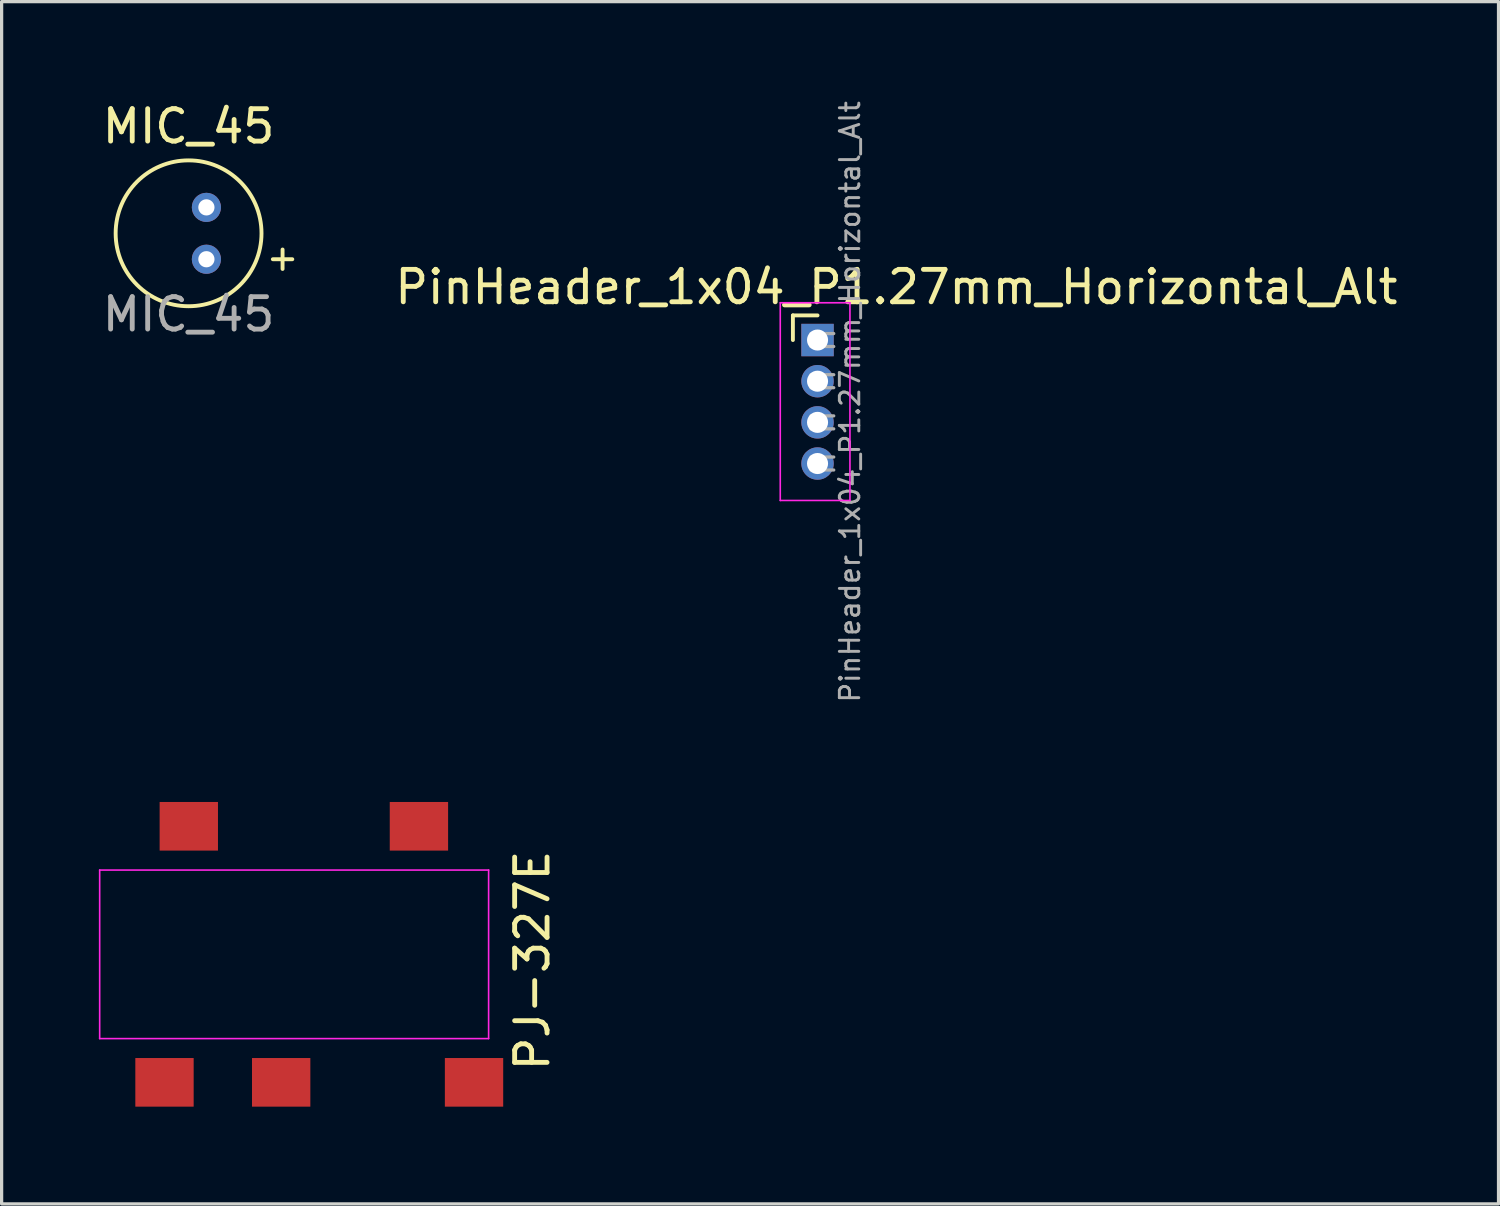
<source format=kicad_pcb>
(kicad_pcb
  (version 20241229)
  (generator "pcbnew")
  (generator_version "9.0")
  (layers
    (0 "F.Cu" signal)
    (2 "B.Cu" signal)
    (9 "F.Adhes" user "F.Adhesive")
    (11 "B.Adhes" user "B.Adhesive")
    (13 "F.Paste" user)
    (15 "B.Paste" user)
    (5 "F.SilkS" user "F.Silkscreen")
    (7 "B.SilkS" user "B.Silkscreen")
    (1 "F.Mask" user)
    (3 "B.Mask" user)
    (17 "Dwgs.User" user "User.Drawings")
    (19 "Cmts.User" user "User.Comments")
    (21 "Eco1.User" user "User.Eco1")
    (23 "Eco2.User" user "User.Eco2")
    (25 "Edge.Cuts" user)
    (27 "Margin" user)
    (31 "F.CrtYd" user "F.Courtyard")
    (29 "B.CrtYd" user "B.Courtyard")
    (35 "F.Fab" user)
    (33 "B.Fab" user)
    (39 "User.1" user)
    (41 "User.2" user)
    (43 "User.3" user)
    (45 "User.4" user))
  (footprint "MIC_45"
    (layer "F.Cu")
    (at 2.768 4.148)
    (property "Reference" "MIC_45" (at 0 -3.3 0) (unlocked yes) (layer "F.SilkS") (effects (font (size 1 1) (thickness 0.15))))
    (fp_line (start 2.6 0.8) (end 3.2 0.8) (stroke (width 0.12) (type solid)) (layer "F.SilkS"))
    (fp_line (start 2.9 0.5) (end 2.9 1.1) (stroke (width 0.12) (type solid)) (layer "F.SilkS"))
    (fp_circle (center 0 0) (end 2.25 0) (stroke (width 0.12) (type solid)) (fill no) (layer "F.SilkS"))
    (fp_text user "${REFERENCE}" (at 0 2.5 0) (unlocked yes) (layer "F.Fab") (effects (font (size 1 1) (thickness 0.15))))
    (pad "1" thru_hole circle (at 0.55 -0.8) (size 0.9 0.9) (drill 0.5) (layers "*.Cu" "*.Mask"))
    (pad "2" thru_hole circle (at 0.55 0.8) (size 0.9 0.9) (drill 0.5) (layers "*.Cu" "*.Mask")))
  (footprint "PinHeader_1x04_P1.27mm_Horizontal_Alt"
    (layer "F.Cu")
    (at 22.173 7.441)
    (property "Reference" "PinHeader_1x04_P1.27mm_Horizontal_Alt" (at 2.433 -1.635 0) (layer "F.SilkS") (effects (font (size 1 1) (thickness 0.15))))
    (attr through_hole)
    (fp_line (start -0.76 -0.76) (end 0 -0.76) (stroke (width 0.12) (type solid)) (layer "F.SilkS"))
    (fp_line (start -0.76 0) (end -0.76 -0.76) (stroke (width 0.12) (type solid)) (layer "F.SilkS"))
    (fp_line (start -1.15 -1.15) (end -1.15 4.95) (stroke (width 0.05) (type solid)) (layer "F.CrtYd"))
    (fp_line (start -1.15 4.95) (end 1 4.95) (stroke (width 0.05) (type solid)) (layer "F.CrtYd"))
    (fp_line (start 1 -1.15) (end -1.15 -1.15) (stroke (width 0.05) (type solid)) (layer "F.CrtYd"))
    (fp_line (start 1 4.95) (end 1 -1.15) (stroke (width 0.05) (type solid)) (layer "F.CrtYd"))
    (fp_line (start -0.2 -0.2) (end -0.2 0.2) (stroke (width 0.1) (type solid)) (layer "F.Fab"))
    (fp_line (start -0.2 -0.2) (end 0.5 -0.2) (stroke (width 0.1) (type solid)) (layer "F.Fab"))
    (fp_line (start -0.2 0.2) (end 0.5 0.2) (stroke (width 0.1) (type solid)) (layer "F.Fab"))
    (fp_line (start -0.2 1.07) (end -0.2 1.47) (stroke (width 0.1) (type solid)) (layer "F.Fab"))
    (fp_line (start -0.2 1.07) (end 0.5 1.07) (stroke (width 0.1) (type solid)) (layer "F.Fab"))
    (fp_line (start -0.2 1.47) (end 0.5 1.47) (stroke (width 0.1) (type solid)) (layer "F.Fab"))
    (fp_line (start -0.2 2.34) (end -0.2 2.74) (stroke (width 0.1) (type solid)) (layer "F.Fab"))
    (fp_line (start -0.2 2.34) (end 0.5 2.34) (stroke (width 0.1) (type solid)) (layer "F.Fab"))
    (fp_line (start -0.2 2.74) (end 0.5 2.74) (stroke (width 0.1) (type solid)) (layer "F.Fab"))
    (fp_line (start -0.2 3.61) (end -0.2 4.01) (stroke (width 0.1) (type solid)) (layer "F.Fab"))
    (fp_line (start -0.2 3.61) (end 0.5 3.61) (stroke (width 0.1) (type solid)) (layer "F.Fab"))
    (fp_line (start -0.2 4.01) (end 0.5 4.01) (stroke (width 0.1) (type solid)) (layer "F.Fab"))
    (fp_text user "${REFERENCE}" (at 1 1.905 90) (layer "F.Fab") (effects (font (size 0.6 0.6) (thickness 0.09))))
    (pad "1" thru_hole rect (at 0 0) (size 1 1) (drill 0.65) (layers "*.Cu" "*.Mask"))
    (pad "2" thru_hole oval (at 0 1.27) (size 1 1) (drill 0.65) (layers "*.Cu" "*.Mask"))
    (pad "3" thru_hole oval (at 0 2.54) (size 1 1) (drill 0.65) (layers "*.Cu" "*.Mask"))
    (pad "4" thru_hole oval (at 0 3.81) (size 1 1) (drill 0.65) (layers "*.Cu" "*.Mask")))
  (footprint "PJ-327E"
    (layer "F.Cu")
    (at 6.325 26.393)
    (property "Reference" "PJ-327E" (at 7.048 0.191 90) (layer "F.SilkS") (effects (font (size 1 1) (thickness 0.15))))
    (attr smd)
    (fp_line (start -6.3 -2.6) (end 5.7 -2.6) (stroke (width 0.05) (type solid)) (layer "F.CrtYd"))
    (fp_line (start -6.3 2.6) (end -6.3 -2.6) (stroke (width 0.05) (type solid)) (layer "F.CrtYd"))
    (fp_line (start 5.7 -2.6) (end 5.7 2.6) (stroke (width 0.05) (type solid)) (layer "F.CrtYd"))
    (fp_line (start 5.7 2.6) (end -6.3 2.6) (stroke (width 0.05) (type solid)) (layer "F.CrtYd"))
    (pad "R" smd rect (at -0.7 3.95) (size 1.8 1.5) (layers "F.Cu" "F.Mask" "F.Paste"))
    (pad "S" smd rect (at -4.3 3.95) (size 1.8 1.5) (layers "F.Cu" "F.Mask" "F.Paste"))
    (pad "SN" smd rect (at -3.55 -3.95) (size 1.8 1.5) (layers "F.Cu" "F.Mask" "F.Paste"))
    (pad "T" smd rect (at 3.55 -3.95) (size 1.8 1.5) (layers "F.Cu" "F.Mask" "F.Paste"))
    (pad "TN" smd rect (at 5.25 3.95) (size 1.8 1.5) (layers "F.Cu" "F.Mask" "F.Paste")))
  (gr_rect
    (start -3 -3)
    (end 43.183 34.093)
    (stroke (width 0.1) (type default))
    (fill no)
    (layer "Edge.Cuts")))
</source>
